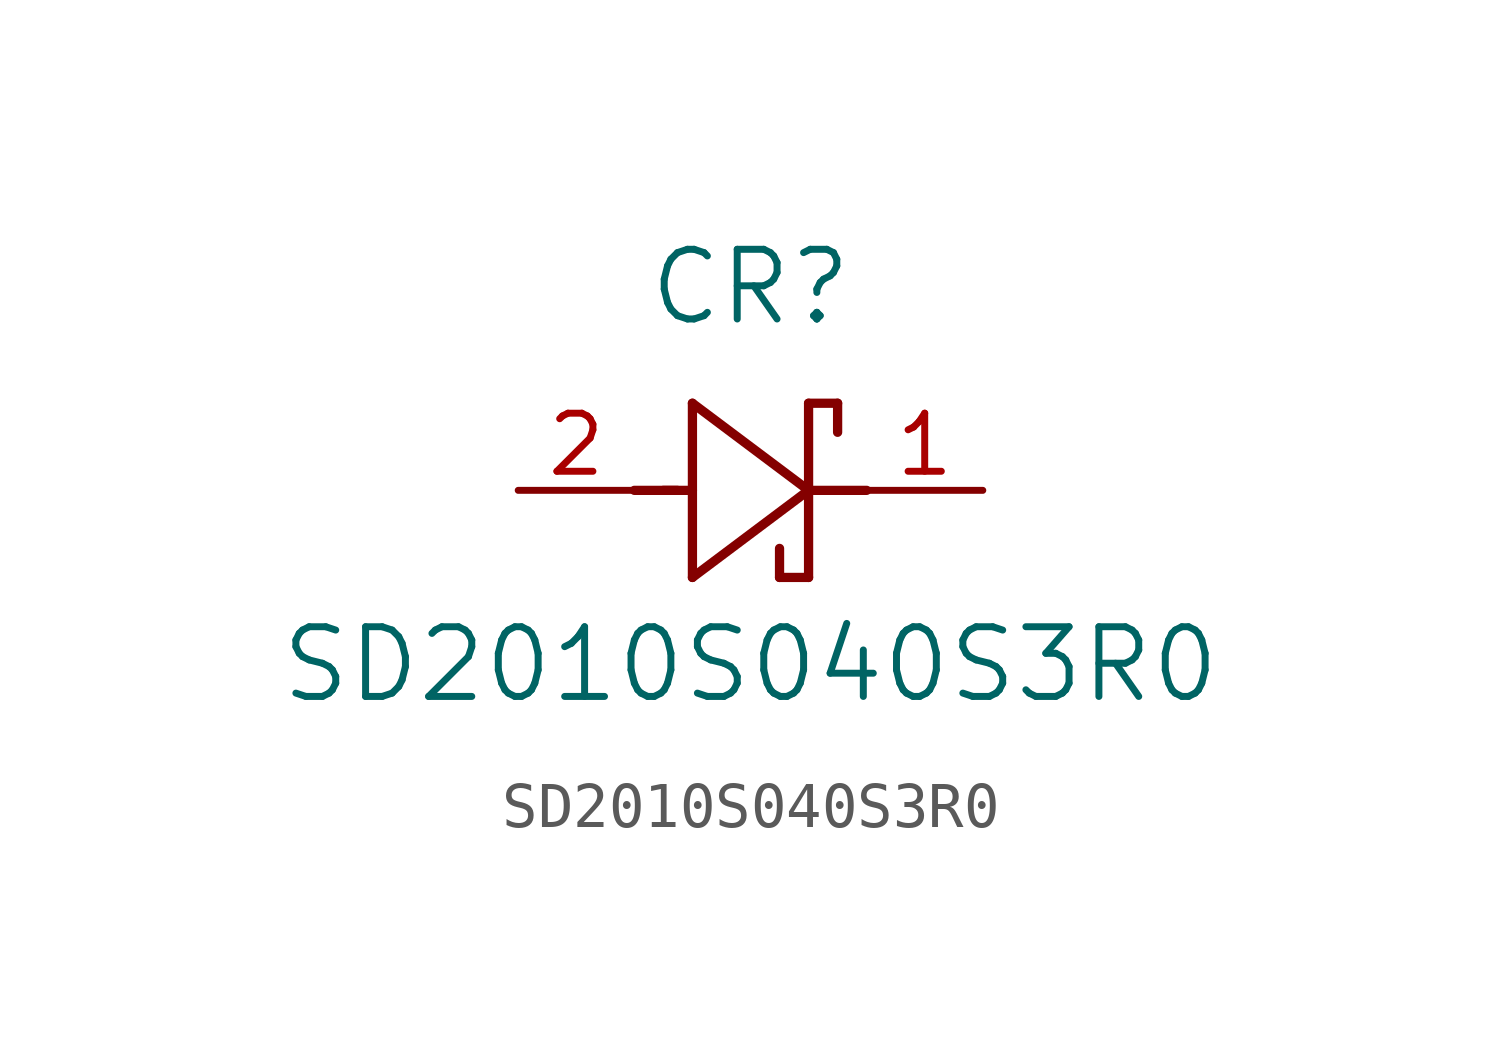
<source format=kicad_sym>
(kicad_symbol_lib
  (version 20211014)
  (generator kicad_symbol_editor)
  (symbol "SD2010S040S3R0"
    (pin_names
      (offset 0.254))
    (property "Reference" "CR"
      (at 5.08 4.445 0)
      (effects (font (size 1.524 1.524))))
    (property "Value" "SD2010S040S3R0"
      (at 5.08 -3.81 0)
      (effects (font (size 1.524 1.524))))
    (symbol "SD2010S040S3R0_0_1"
      (polyline (pts (xy 2.54 0) (xy 3.48 0)) (stroke (width 0.203) (type default) (color 0 0 0 0)) (fill (type none)))
      (polyline (pts (xy 3.175 0) (xy 3.81 0)) (stroke (width 0.203) (type default) (color 0 0 0 0)) (fill (type none)))
      (polyline (pts (xy 3.81 -1.905) (xy 6.35 0)) (stroke (width 0.203) (type default) (color 0 0 0 0)) (fill (type none)))
      (polyline (pts (xy 6.35 -1.905) (xy 5.715 -1.905)) (stroke (width 0.203) (type default) (color 0 0 0 0)) (fill (type none)))
      (polyline (pts (xy 6.35 1.905) (xy 6.985 1.905)) (stroke (width 0.203) (type default) (color 0 0 0 0)) (fill (type none)))
      (polyline (pts (xy 3.81 1.905) (xy 3.81 -1.905)) (stroke (width 0.203) (type default) (color 0 0 0 0)) (fill (type none)))
      (polyline (pts (xy 6.35 -1.905) (xy 6.35 1.905)) (stroke (width 0.203) (type default) (color 0 0 0 0)) (fill (type none)))
      (polyline (pts (xy 6.35 0) (xy 3.81 1.905)) (stroke (width 0.203) (type default) (color 0 0 0 0)) (fill (type none)))
      (polyline (pts (xy 6.35 0) (xy 7.62 0)) (stroke (width 0.203) (type default) (color 0 0 0 0)) (fill (type none)))
      (polyline (pts (xy 6.985 1.905) (xy 6.985 1.27)) (stroke (width 0.203) (type default) (color 0 0 0 0)) (fill (type none)))
      (polyline (pts (xy 5.715 -1.905) (xy 5.715 -1.27)) (stroke (width 0.203) (type default) (color 0 0 0 0)) (fill (type none)))
      (pin unspecified line (at 0 0 0) (length 2.54) (name "" (effects (font (size 1.27 1.27)))) (number "2" (effects (font (size 1.27 1.27)))))
      (pin unspecified line (at 10.16 0 180) (length 2.54) (name "" (effects (font (size 1.27 1.27)))) (number "1" (effects (font (size 1.27 1.27))))))))
</source>
